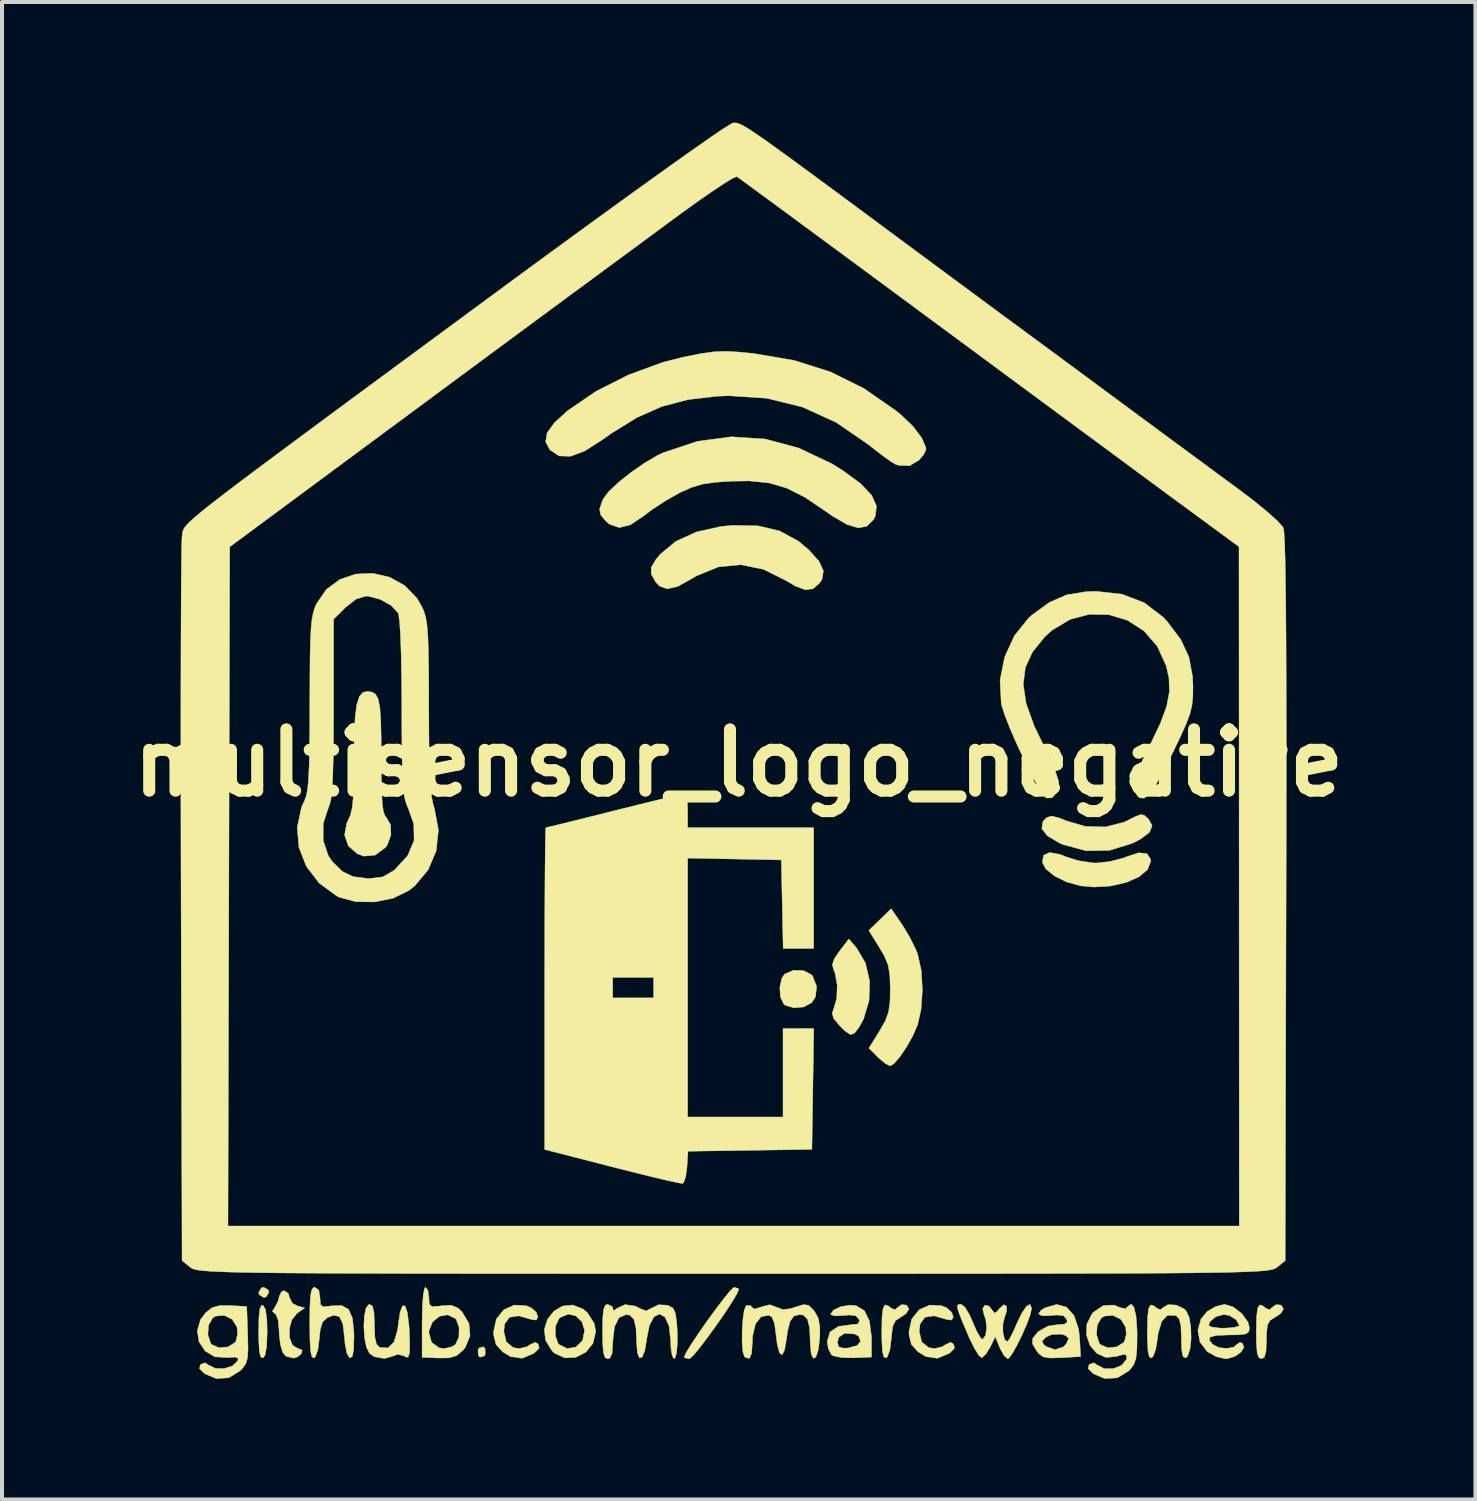
<source format=kicad_pcb>
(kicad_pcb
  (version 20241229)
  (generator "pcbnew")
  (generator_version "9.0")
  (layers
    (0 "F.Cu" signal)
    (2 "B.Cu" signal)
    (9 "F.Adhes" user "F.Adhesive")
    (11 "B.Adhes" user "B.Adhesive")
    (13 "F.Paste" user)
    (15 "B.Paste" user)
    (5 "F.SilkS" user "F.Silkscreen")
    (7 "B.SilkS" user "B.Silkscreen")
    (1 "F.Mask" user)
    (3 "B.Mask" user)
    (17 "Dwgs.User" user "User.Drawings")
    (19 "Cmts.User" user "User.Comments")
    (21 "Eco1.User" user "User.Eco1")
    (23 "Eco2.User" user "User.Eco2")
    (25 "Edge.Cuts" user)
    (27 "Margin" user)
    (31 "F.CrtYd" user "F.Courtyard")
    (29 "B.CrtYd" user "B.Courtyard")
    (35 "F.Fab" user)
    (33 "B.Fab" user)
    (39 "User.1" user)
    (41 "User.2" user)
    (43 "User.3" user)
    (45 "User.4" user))
  (footprint "multisensor_logo_negative"
    (layer "F.Cu")
    (at 15.32 15.922)
    (property "Reference" "multisensor_logo_negative" (at 0 0 0) (layer "F.SilkS") (effects (font (size 1.524 1.524) (thickness 0.3))))
    (attr through_hole)
    (fp_poly (pts (xy -11.699 13.106) (xy -11.684 13.166) (xy -11.752 13.278) (xy -11.811 13.293) (xy -11.923 13.225) (xy -11.938 13.166) (xy -11.87 13.053) (xy -11.811 13.039) (xy -11.699 13.106)) (stroke (width 0.01) (type solid)) (fill yes) (layer "F.SilkS"))
    (fp_poly (pts (xy -6.308 14.563) (xy -6.302 14.703) (xy -6.331 14.747) (xy -6.435 14.777) (xy -6.477 14.732) (xy -6.483 14.592) (xy -6.454 14.548) (xy -6.35 14.518) (xy -6.308 14.563)) (stroke (width 0.01) (type solid)) (fill yes) (layer "F.SilkS"))
    (fp_poly (pts (xy -11.769 13.585) (xy -11.734 13.841) (xy -11.726 14.139) (xy -11.74 14.517) (xy -11.782 14.734) (xy -11.832 14.796) (xy -11.887 14.768) (xy -11.921 14.625) (xy -11.936 14.345) (xy -11.938 14.139) (xy -11.931 13.781) (xy -11.907 13.57) (xy -11.864 13.485) (xy -11.832 13.483) (xy -11.769 13.585)) (stroke (width 0.01) (type solid)) (fill yes) (layer "F.SilkS"))
    (fp_poly (pts (xy 1.609 5.163) (xy 1.808 5.266) (xy 1.835 5.297) (xy 1.937 5.554) (xy 1.909 5.816) (xy 1.814 5.963) (xy 1.616 6.068) (xy 1.368 6.09) (xy 1.156 6.025) (xy 1.118 5.994) (xy 1.035 5.816) (xy 1.022 5.571) (xy 1.075 5.345) (xy 1.143 5.249) (xy 1.36 5.156) (xy 1.609 5.163)) (stroke (width 0.01) (type solid)) (fill yes) (layer "F.SilkS"))
    (fp_poly (pts (xy 2.932 4.603) (xy 3.152 4.979) (xy 3.256 5.432) (xy 3.24 5.91) (xy 3.105 6.366) (xy 2.997 6.563) (xy 2.88 6.719) (xy 2.779 6.755) (xy 2.647 6.669) (xy 2.506 6.528) (xy 2.358 6.35) (xy 2.324 6.218) (xy 2.363 6.11) (xy 2.437 5.851) (xy 2.449 5.529) (xy 2.399 5.236) (xy 2.365 5.154) (xy 2.327 5.017) (xy 2.38 4.863) (xy 2.506 4.68) (xy 2.738 4.377) (xy 2.932 4.603)) (stroke (width 0.01) (type solid)) (fill yes) (layer "F.SilkS"))
    (fp_poly (pts (xy -0.01 13.069) (xy 0 13.089) (xy -0.047 13.203) (xy -0.171 13.412) (xy -0.349 13.684) (xy -0.558 13.985) (xy -0.773 14.282) (xy -0.971 14.541) (xy -1.128 14.73) (xy -1.221 14.815) (xy -1.229 14.817) (xy -1.341 14.793) (xy -1.355 14.774) (xy -1.308 14.666) (xy -1.184 14.461) (xy -1.005 14.192) (xy -0.796 13.892) (xy -0.58 13.595) (xy -0.38 13.332) (xy -0.221 13.137) (xy -0.125 13.043) (xy -0.114 13.039) (xy -0.01 13.069)) (stroke (width 0.01) (type solid)) (fill yes) (layer "F.SilkS"))
    (fp_poly (pts (xy 4.174 13.481) (xy 4.233 13.575) (xy 4.164 13.691) (xy 4.026 13.783) (xy 3.899 13.867) (xy 3.831 14.005) (xy 3.798 14.248) (xy 3.793 14.319) (xy 3.759 14.592) (xy 3.698 14.763) (xy 3.662 14.796) (xy 3.606 14.768) (xy 3.573 14.624) (xy 3.558 14.343) (xy 3.556 14.146) (xy 3.563 13.778) (xy 3.59 13.56) (xy 3.643 13.476) (xy 3.73 13.506) (xy 3.784 13.554) (xy 3.886 13.6) (xy 3.932 13.554) (xy 4.047 13.471) (xy 4.174 13.481)) (stroke (width 0.01) (type solid)) (fill yes) (layer "F.SilkS"))
    (fp_poly (pts (xy 13.488 13.481) (xy 13.547 13.575) (xy 13.477 13.691) (xy 13.335 13.785) (xy 13.212 13.861) (xy 13.148 13.975) (xy 13.126 14.18) (xy 13.123 14.349) (xy 13.112 14.631) (xy 13.072 14.776) (xy 12.996 14.817) (xy 12.931 14.785) (xy 12.892 14.669) (xy 12.873 14.439) (xy 12.869 14.139) (xy 12.877 13.773) (xy 12.904 13.557) (xy 12.958 13.475) (xy 13.046 13.508) (xy 13.097 13.554) (xy 13.199 13.6) (xy 13.246 13.554) (xy 13.36 13.471) (xy 13.488 13.481)) (stroke (width 0.01) (type solid)) (fill yes) (layer "F.SilkS"))
    (fp_poly (pts (xy 7.986 2.273) (xy 8.14 2.334) (xy 8.447 2.431) (xy 8.795 2.484) (xy 8.89 2.488) (xy 9.224 2.453) (xy 9.557 2.367) (xy 9.64 2.334) (xy 9.946 2.234) (xy 10.149 2.254) (xy 10.24 2.392) (xy 10.245 2.447) (xy 10.166 2.653) (xy 9.952 2.832) (xy 9.636 2.972) (xy 9.251 3.06) (xy 8.83 3.086) (xy 8.505 3.056) (xy 8.153 2.96) (xy 7.849 2.81) (xy 7.633 2.631) (xy 7.551 2.472) (xy 7.581 2.295) (xy 7.73 2.228) (xy 7.986 2.273)) (stroke (width 0.01) (type solid)) (fill yes) (layer "F.SilkS"))
    (fp_poly (pts (xy 10.093 1.307) (xy 10.186 1.393) (xy 10.193 1.399) (xy 10.281 1.562) (xy 10.214 1.725) (xy 9.987 1.896) (xy 9.787 1.999) (xy 9.218 2.175) (xy 8.636 2.184) (xy 8.059 2.028) (xy 7.98 1.993) (xy 7.674 1.812) (xy 7.536 1.633) (xy 7.565 1.457) (xy 7.651 1.364) (xy 7.77 1.321) (xy 7.957 1.362) (xy 8.138 1.437) (xy 8.621 1.578) (xy 9.121 1.591) (xy 9.581 1.473) (xy 9.652 1.439) (xy 9.879 1.326) (xy 10.008 1.283) (xy 10.093 1.307)) (stroke (width 0.01) (type solid)) (fill yes) (layer "F.SilkS"))
    (fp_poly (pts (xy -5.285 13.497) (xy -5.159 13.55) (xy -5.035 13.66) (xy -4.993 13.779) (xy -5.037 13.854) (xy -5.144 13.842) (xy -5.476 13.748) (xy -5.7 13.784) (xy -5.82 13.95) (xy -5.842 14.133) (xy -5.781 14.395) (xy -5.608 14.539) (xy -5.461 14.563) (xy -5.267 14.517) (xy -5.182 14.461) (xy -5.059 14.406) (xy -4.988 14.451) (xy -4.962 14.552) (xy -5.086 14.676) (xy -5.092 14.68) (xy -5.385 14.804) (xy -5.677 14.761) (xy -5.873 14.641) (xy -6.036 14.461) (xy -6.094 14.225) (xy -6.096 14.139) (xy -6.026 13.826) (xy -5.842 13.598) (xy -5.582 13.481) (xy -5.285 13.497)) (stroke (width 0.01) (type solid)) (fill yes) (layer "F.SilkS"))
    (fp_poly (pts (xy 0.48 -5.896) (xy 1.017 -5.769) (xy 1.482 -5.517) (xy 1.744 -5.297) (xy 1.999 -5.011) (xy 2.105 -4.775) (xy 2.071 -4.565) (xy 2.011 -4.473) (xy 1.849 -4.332) (xy 1.661 -4.305) (xy 1.412 -4.396) (xy 1.183 -4.531) (xy 0.614 -4.815) (xy 0.051 -4.929) (xy -0.505 -4.875) (xy -1.054 -4.651) (xy -1.185 -4.572) (xy -1.525 -4.386) (xy -1.78 -4.329) (xy -1.972 -4.399) (xy -2.07 -4.506) (xy -2.176 -4.697) (xy -2.177 -4.861) (xy -2.065 -5.052) (xy -1.948 -5.193) (xy -1.561 -5.512) (xy -1.048 -5.745) (xy -0.433 -5.882) (xy -0.159 -5.908) (xy 0.48 -5.896)) (stroke (width 0.01) (type solid)) (fill yes) (layer "F.SilkS"))
    (fp_poly (pts (xy 4.058 4.013) (xy 4.239 4.31) (xy 4.396 4.621) (xy 4.448 4.751) (xy 4.539 5.16) (xy 4.567 5.646) (xy 4.534 6.13) (xy 4.447 6.513) (xy 4.331 6.781) (xy 4.175 7.059) (xy 4.009 7.305) (xy 3.86 7.477) (xy 3.766 7.534) (xy 3.654 7.48) (xy 3.489 7.345) (xy 3.458 7.314) (xy 3.236 7.093) (xy 3.502 6.665) (xy 3.647 6.409) (xy 3.728 6.185) (xy 3.762 5.921) (xy 3.768 5.63) (xy 3.758 5.282) (xy 3.717 5.032) (xy 3.625 4.807) (xy 3.501 4.594) (xy 3.235 4.165) (xy 3.513 3.895) (xy 3.791 3.625) (xy 4.058 4.013)) (stroke (width 0.01) (type solid)) (fill yes) (layer "F.SilkS"))
    (fp_poly (pts (xy 5.044 13.497) (xy 5.17 13.55) (xy 5.295 13.66) (xy 5.336 13.779) (xy 5.292 13.854) (xy 5.186 13.842) (xy 4.854 13.748) (xy 4.629 13.784) (xy 4.51 13.95) (xy 4.487 14.133) (xy 4.548 14.395) (xy 4.722 14.539) (xy 4.868 14.563) (xy 5.063 14.517) (xy 5.148 14.461) (xy 5.27 14.406) (xy 5.341 14.451) (xy 5.367 14.552) (xy 5.244 14.676) (xy 5.238 14.68) (xy 4.944 14.804) (xy 4.652 14.761) (xy 4.456 14.641) (xy 4.294 14.461) (xy 4.236 14.225) (xy 4.233 14.139) (xy 4.303 13.826) (xy 4.487 13.598) (xy 4.747 13.481) (xy 5.044 13.497)) (stroke (width 0.01) (type solid)) (fill yes) (layer "F.SilkS"))
    (fp_poly (pts (xy -11.198 13.193) (xy -11.176 13.283) (xy -11.102 13.433) (xy -10.986 13.498) (xy -10.795 13.553) (xy -10.986 13.687) (xy -11.115 13.85) (xy -11.174 14.073) (xy -11.167 14.301) (xy -11.095 14.482) (xy -10.961 14.562) (xy -10.948 14.563) (xy -10.855 14.603) (xy -10.874 14.69) (xy -10.98 14.774) (xy -11.071 14.801) (xy -11.26 14.752) (xy -11.34 14.658) (xy -11.396 14.469) (xy -11.428 14.202) (xy -11.43 14.11) (xy -11.453 13.853) (xy -11.513 13.706) (xy -11.536 13.691) (xy -11.599 13.635) (xy -11.536 13.54) (xy -11.443 13.361) (xy -11.43 13.276) (xy -11.372 13.148) (xy -11.303 13.123) (xy -11.198 13.193)) (stroke (width 0.01) (type solid)) (fill yes) (layer "F.SilkS"))
    (fp_poly (pts (xy -3.87 13.581) (xy -3.764 13.67) (xy -3.591 13.943) (xy -3.556 14.139) (xy -3.625 14.434) (xy -3.803 14.653) (xy -4.05 14.78) (xy -4.322 14.795) (xy -4.578 14.68) (xy -4.642 14.621) (xy -4.804 14.357) (xy -4.817 14.24) (xy -4.562 14.24) (xy -4.49 14.439) (xy -4.47 14.461) (xy -4.268 14.562) (xy -4.052 14.527) (xy -3.889 14.37) (xy -3.879 14.351) (xy -3.833 14.106) (xy -3.901 13.896) (xy -4.047 13.752) (xy -4.237 13.705) (xy -4.436 13.787) (xy -4.47 13.818) (xy -4.555 14.001) (xy -4.562 14.24) (xy -4.817 14.24) (xy -4.834 14.086) (xy -4.756 13.836) (xy -4.596 13.633) (xy -4.379 13.505) (xy -4.128 13.479) (xy -3.87 13.581)) (stroke (width 0.01) (type solid)) (fill yes) (layer "F.SilkS"))
    (fp_poly (pts (xy -9.113 13.501) (xy -9.073 13.639) (xy -9.06 13.907) (xy -9.059 13.973) (xy -9.048 14.279) (xy -9.008 14.453) (xy -8.929 14.533) (xy -8.921 14.536) (xy -8.717 14.546) (xy -8.57 14.397) (xy -8.482 14.092) (xy -8.467 13.968) (xy -8.419 13.651) (xy -8.359 13.498) (xy -8.296 13.505) (xy -8.24 13.669) (xy -8.201 13.985) (xy -8.195 14.071) (xy -8.181 14.443) (xy -8.188 14.67) (xy -8.219 14.773) (xy -8.28 14.775) (xy -8.329 14.741) (xy -8.487 14.706) (xy -8.554 14.736) (xy -8.806 14.811) (xy -9.063 14.764) (xy -9.18 14.684) (xy -9.257 14.532) (xy -9.305 14.294) (xy -9.322 14.018) (xy -9.31 13.755) (xy -9.268 13.553) (xy -9.196 13.463) (xy -9.186 13.462) (xy -9.113 13.501)) (stroke (width 0.01) (type solid)) (fill yes) (layer "F.SilkS"))
    (fp_poly (pts (xy 10.877 13.481) (xy 11.075 13.575) (xy 11.125 13.622) (xy 11.201 13.786) (xy 11.242 14.036) (xy 11.249 14.316) (xy 11.222 14.573) (xy 11.163 14.75) (xy 11.113 14.796) (xy 11.05 14.764) (xy 11.016 14.604) (xy 11.007 14.313) (xy 10.996 14.005) (xy 10.956 13.829) (xy 10.88 13.747) (xy 10.868 13.742) (xy 10.665 13.733) (xy 10.518 13.882) (xy 10.429 14.187) (xy 10.414 14.311) (xy 10.371 14.573) (xy 10.308 14.751) (xy 10.266 14.796) (xy 10.21 14.768) (xy 10.177 14.624) (xy 10.162 14.343) (xy 10.16 14.146) (xy 10.167 13.778) (xy 10.194 13.56) (xy 10.247 13.476) (xy 10.334 13.506) (xy 10.388 13.554) (xy 10.49 13.6) (xy 10.536 13.554) (xy 10.674 13.471) (xy 10.877 13.481)) (stroke (width 0.01) (type solid)) (fill yes) (layer "F.SilkS"))
    (fp_poly (pts (xy -9.123 -1.764) (xy -9.031 -1.709) (xy -8.967 -1.59) (xy -8.925 -1.385) (xy -8.902 -1.072) (xy -8.892 -0.63) (xy -8.89 -0.163) (xy -8.887 0.378) (xy -8.878 0.773) (xy -8.861 1.046) (xy -8.833 1.222) (xy -8.792 1.322) (xy -8.763 1.355) (xy -8.657 1.54) (xy -8.649 1.791) (xy -8.737 2.036) (xy -8.784 2.1) (xy -9.038 2.291) (xy -9.319 2.318) (xy -9.481 2.261) (xy -9.708 2.064) (xy -9.801 1.793) (xy -9.748 1.495) (xy -9.713 1.426) (xy -9.654 1.294) (xy -9.613 1.119) (xy -9.587 0.872) (xy -9.572 0.522) (xy -9.567 0.039) (xy -9.567 -0.086) (xy -9.561 -0.685) (xy -9.539 -1.132) (xy -9.499 -1.447) (xy -9.436 -1.648) (xy -9.349 -1.752) (xy -9.248 -1.778) (xy -9.123 -1.764)) (stroke (width 0.01) (type solid)) (fill yes) (layer "F.SilkS"))
    (fp_poly (pts (xy -10.441 13.113) (xy -10.414 13.297) (xy -10.402 13.468) (xy -10.33 13.525) (xy -10.148 13.504) (xy -10.131 13.501) (xy -9.874 13.491) (xy -9.703 13.587) (xy -9.606 13.807) (xy -9.569 14.169) (xy -9.567 14.279) (xy -9.577 14.593) (xy -9.609 14.758) (xy -9.668 14.797) (xy -9.673 14.796) (xy -9.741 14.692) (xy -9.789 14.455) (xy -9.805 14.276) (xy -9.844 13.947) (xy -9.928 13.77) (xy -10.069 13.732) (xy -10.234 13.795) (xy -10.346 13.899) (xy -10.407 14.09) (xy -10.431 14.324) (xy -10.466 14.594) (xy -10.526 14.763) (xy -10.562 14.796) (xy -10.612 14.77) (xy -10.644 14.638) (xy -10.662 14.381) (xy -10.668 13.977) (xy -10.668 13.935) (xy -10.664 13.527) (xy -10.65 13.261) (xy -10.622 13.11) (xy -10.576 13.046) (xy -10.541 13.039) (xy -10.441 13.113)) (stroke (width 0.01) (type solid)) (fill yes) (layer "F.SilkS"))
    (fp_poly (pts (xy -7.73 13.112) (xy -7.705 13.29) (xy -7.705 13.294) (xy -7.694 13.458) (xy -7.628 13.519) (xy -7.459 13.509) (xy -7.387 13.498) (xy -7.147 13.484) (xy -6.979 13.556) (xy -6.882 13.648) (xy -6.708 13.938) (xy -6.682 14.25) (xy -6.804 14.541) (xy -6.854 14.601) (xy -7.014 14.737) (xy -7.2 14.794) (xy -7.465 14.798) (xy -7.874 14.78) (xy -7.874 14.171) (xy -7.705 14.171) (xy -7.636 14.412) (xy -7.449 14.546) (xy -7.324 14.563) (xy -7.129 14.517) (xy -7.044 14.461) (xy -6.959 14.278) (xy -6.953 14.039) (xy -7.025 13.84) (xy -7.044 13.818) (xy -7.236 13.724) (xy -7.442 13.76) (xy -7.614 13.9) (xy -7.702 14.118) (xy -7.705 14.171) (xy -7.874 14.171) (xy -7.874 13.909) (xy -7.866 13.508) (xy -7.844 13.217) (xy -7.81 13.06) (xy -7.789 13.039) (xy -7.73 13.112)) (stroke (width 0.01) (type solid)) (fill yes) (layer "F.SilkS"))
    (fp_poly (pts (xy 2.918 13.496) (xy 3.123 13.619) (xy 3.249 13.871) (xy 3.3 14.265) (xy 3.302 14.378) (xy 3.302 14.774) (xy 2.852 14.794) (xy 2.564 14.787) (xy 2.357 14.745) (xy 2.301 14.713) (xy 2.226 14.558) (xy 2.205 14.408) (xy 2.455 14.408) (xy 2.486 14.521) (xy 2.609 14.554) (xy 2.73 14.547) (xy 2.948 14.485) (xy 3.03 14.383) (xy 2.981 14.252) (xy 2.875 14.198) (xy 2.629 14.184) (xy 2.484 14.285) (xy 2.455 14.408) (xy 2.205 14.408) (xy 2.201 14.379) (xy 2.272 14.148) (xy 2.481 14.01) (xy 2.786 13.97) (xy 2.962 13.951) (xy 3.003 13.879) (xy 2.99 13.834) (xy 2.909 13.745) (xy 2.734 13.728) (xy 2.612 13.741) (xy 2.406 13.751) (xy 2.293 13.722) (xy 2.286 13.706) (xy 2.36 13.603) (xy 2.539 13.521) (xy 2.76 13.483) (xy 2.918 13.496)) (stroke (width 0.01) (type solid)) (fill yes) (layer "F.SilkS"))
    (fp_poly (pts (xy 8.153 13.534) (xy 8.34 13.745) (xy 8.453 14.084) (xy 8.477 14.303) (xy 8.501 14.762) (xy 8.023 14.79) (xy 7.739 14.798) (xy 7.569 14.768) (xy 7.459 14.688) (xy 7.414 14.629) (xy 7.303 14.443) (xy 7.307 14.375) (xy 7.541 14.375) (xy 7.576 14.454) (xy 7.649 14.515) (xy 7.863 14.589) (xy 8.071 14.522) (xy 8.148 14.442) (xy 8.205 14.31) (xy 8.127 14.235) (xy 8.001 14.203) (xy 7.78 14.215) (xy 7.641 14.278) (xy 7.541 14.375) (xy 7.307 14.375) (xy 7.31 14.309) (xy 7.438 14.152) (xy 7.451 14.139) (xy 7.693 14.002) (xy 7.914 13.97) (xy 8.108 13.955) (xy 8.169 13.896) (xy 8.155 13.834) (xy 8.074 13.745) (xy 7.899 13.728) (xy 7.777 13.741) (xy 7.546 13.749) (xy 7.456 13.701) (xy 7.517 13.61) (xy 7.614 13.55) (xy 7.906 13.465) (xy 8.153 13.534)) (stroke (width 0.01) (type solid)) (fill yes) (layer "F.SilkS"))
    (fp_poly (pts (xy 0.659 -8.055) (xy 1.493 -7.831) (xy 2.318 -7.439) (xy 2.589 -7.271) (xy 3.028 -6.948) (xy 3.306 -6.656) (xy 3.427 -6.386) (xy 3.394 -6.133) (xy 3.347 -6.046) (xy 3.183 -5.885) (xy 2.97 -5.845) (xy 2.69 -5.93) (xy 2.328 -6.141) (xy 2.149 -6.267) (xy 1.644 -6.607) (xy 1.197 -6.833) (xy 0.755 -6.963) (xy 0.268 -7.013) (xy -0.169 -7.007) (xy -0.588 -6.979) (xy -0.897 -6.934) (xy -1.159 -6.857) (xy -1.433 -6.736) (xy -1.486 -6.709) (xy -1.824 -6.518) (xy -2.162 -6.297) (xy -2.362 -6.145) (xy -2.692 -5.922) (xy -2.97 -5.852) (xy -3.211 -5.935) (xy -3.302 -6.011) (xy -3.434 -6.169) (xy -3.46 -6.315) (xy -3.389 -6.523) (xy -3.371 -6.562) (xy -3.237 -6.743) (xy -2.995 -6.973) (xy -2.684 -7.221) (xy -2.345 -7.456) (xy -2.02 -7.648) (xy -1.88 -7.714) (xy -1.03 -7.997) (xy -0.183 -8.111) (xy 0.659 -8.055)) (stroke (width 0.01) (type solid)) (fill yes) (layer "F.SilkS"))
    (fp_poly (pts (xy 0.016 -10.217) (xy 0.382 -10.18) (xy 1.383 -10.009) (xy 2.282 -9.724) (xy 3.113 -9.312) (xy 3.91 -8.758) (xy 4.041 -8.651) (xy 4.332 -8.372) (xy 4.544 -8.093) (xy 4.65 -7.854) (xy 4.657 -7.794) (xy 4.602 -7.673) (xy 4.487 -7.535) (xy 4.249 -7.39) (xy 3.969 -7.403) (xy 3.895 -7.429) (xy 3.773 -7.503) (xy 3.56 -7.656) (xy 3.296 -7.86) (xy 3.208 -7.93) (xy 2.416 -8.472) (xy 1.582 -8.851) (xy 0.696 -9.069) (xy -0.25 -9.131) (xy -0.545 -9.119) (xy -1.266 -9.034) (xy -1.911 -8.864) (xy -2.53 -8.59) (xy -3.169 -8.195) (xy -3.397 -8.033) (xy -3.829 -7.757) (xy -4.184 -7.625) (xy -4.47 -7.635) (xy -4.696 -7.786) (xy -4.801 -7.985) (xy -4.766 -8.206) (xy -4.583 -8.461) (xy -4.255 -8.759) (xy -3.55 -9.241) (xy -2.739 -9.651) (xy -1.88 -9.965) (xy -1.368 -10.094) (xy -0.945 -10.178) (xy -0.619 -10.224) (xy -0.321 -10.236) (xy 0.016 -10.217)) (stroke (width 0.01) (type solid)) (fill yes) (layer "F.SilkS"))
    (fp_poly (pts (xy 12.299 13.53) (xy 12.512 13.696) (xy 12.663 13.906) (xy 12.7 14.051) (xy 12.682 14.147) (xy 12.604 14.2) (xy 12.425 14.221) (xy 12.192 14.224) (xy 11.881 14.235) (xy 11.722 14.275) (xy 11.701 14.352) (xy 11.786 14.461) (xy 11.939 14.538) (xy 12.14 14.559) (xy 12.313 14.526) (xy 12.38 14.463) (xy 12.465 14.409) (xy 12.52 14.429) (xy 12.565 14.526) (xy 12.492 14.648) (xy 12.341 14.756) (xy 12.151 14.814) (xy 12.106 14.817) (xy 11.876 14.764) (xy 11.653 14.641) (xy 11.47 14.401) (xy 11.417 14.11) (xy 11.451 13.987) (xy 11.684 13.987) (xy 11.76 14.027) (xy 11.951 14.052) (xy 12.065 14.055) (xy 12.292 14.041) (xy 12.429 14.007) (xy 12.446 13.987) (xy 12.373 13.846) (xy 12.202 13.741) (xy 12.065 13.716) (xy 11.867 13.768) (xy 11.72 13.889) (xy 11.684 13.987) (xy 11.451 13.987) (xy 11.495 13.825) (xy 11.653 13.637) (xy 11.871 13.513) (xy 12.08 13.462) (xy 12.299 13.53)) (stroke (width 0.01) (type solid)) (fill yes) (layer "F.SilkS"))
    (fp_poly (pts (xy -12.644 13.493) (xy -12.234 13.516) (xy -12.21 14.209) (xy -12.202 14.558) (xy -12.213 14.784) (xy -12.255 14.933) (xy -12.335 15.049) (xy -12.396 15.113) (xy -12.679 15.289) (xy -12.995 15.309) (xy -13.281 15.188) (xy -13.409 15.063) (xy -13.387 14.962) (xy -13.384 14.959) (xy -13.267 14.916) (xy -13.191 14.969) (xy -13.016 15.055) (xy -12.796 15.06) (xy -12.591 14.995) (xy -12.463 14.875) (xy -12.446 14.805) (xy -12.519 14.775) (xy -12.696 14.784) (xy -12.721 14.787) (xy -13.029 14.767) (xy -13.268 14.625) (xy -13.419 14.397) (xy -13.449 14.216) (xy -13.201 14.216) (xy -13.134 14.426) (xy -13.103 14.465) (xy -12.922 14.542) (xy -12.7 14.521) (xy -12.524 14.411) (xy -12.506 14.385) (xy -12.461 14.205) (xy -12.477 14.027) (xy -12.596 13.836) (xy -12.795 13.737) (xy -13.008 13.756) (xy -13.082 13.802) (xy -13.183 13.978) (xy -13.201 14.216) (xy -13.449 14.216) (xy -13.464 14.123) (xy -13.384 13.842) (xy -13.258 13.673) (xy -13.093 13.544) (xy -12.901 13.492) (xy -12.644 13.493)) (stroke (width 0.01) (type solid)) (fill yes) (layer "F.SilkS"))
    (fp_poly (pts (xy -3.147 13.517) (xy -3.133 13.564) (xy -3.108 13.623) (xy -3.031 13.564) (xy -2.827 13.469) (xy -2.57 13.508) (xy -2.456 13.566) (xy -2.302 13.627) (xy -2.187 13.566) (xy -1.992 13.473) (xy -1.762 13.486) (xy -1.626 13.564) (xy -1.575 13.689) (xy -1.542 13.913) (xy -1.526 14.187) (xy -1.528 14.461) (xy -1.549 14.684) (xy -1.59 14.807) (xy -1.609 14.817) (xy -1.655 14.74) (xy -1.686 14.543) (xy -1.693 14.361) (xy -1.733 14.001) (xy -1.833 13.781) (xy -1.967 13.703) (xy -2.106 13.771) (xy -2.222 13.986) (xy -2.286 14.311) (xy -2.335 14.611) (xy -2.402 14.775) (xy -2.47 14.795) (xy -2.521 14.666) (xy -2.54 14.407) (xy -2.555 14.05) (xy -2.608 13.833) (xy -2.707 13.732) (xy -2.8 13.716) (xy -2.977 13.794) (xy -3.089 14.02) (xy -3.132 14.387) (xy -3.133 14.43) (xy -3.149 14.683) (xy -3.204 14.8) (xy -3.26 14.817) (xy -3.325 14.785) (xy -3.364 14.669) (xy -3.383 14.439) (xy -3.387 14.139) (xy -3.381 13.792) (xy -3.359 13.583) (xy -3.316 13.484) (xy -3.26 13.462) (xy -3.147 13.517)) (stroke (width 0.01) (type solid)) (fill yes) (layer "F.SilkS"))
    (fp_poly (pts (xy 1.741 13.489) (xy 1.861 13.608) (xy 1.875 13.625) (xy 1.978 13.803) (xy 2.018 14.037) (xy 2.015 14.295) (xy 1.978 14.598) (xy 1.919 14.771) (xy 1.855 14.807) (xy 1.802 14.697) (xy 1.778 14.434) (xy 1.778 14.407) (xy 1.763 14.049) (xy 1.71 13.833) (xy 1.611 13.732) (xy 1.52 13.716) (xy 1.372 13.754) (xy 1.275 13.886) (xy 1.211 14.144) (xy 1.187 14.332) (xy 1.138 14.608) (xy 1.077 14.719) (xy 1.013 14.669) (xy 0.958 14.462) (xy 0.931 14.248) (xy 0.891 13.946) (xy 0.829 13.784) (xy 0.751 13.734) (xy 0.556 13.771) (xy 0.416 13.951) (xy 0.345 14.253) (xy 0.339 14.399) (xy 0.32 14.684) (xy 0.263 14.809) (xy 0.163 14.781) (xy 0.141 14.76) (xy 0.102 14.638) (xy 0.084 14.407) (xy 0.085 14.122) (xy 0.103 13.839) (xy 0.136 13.612) (xy 0.183 13.496) (xy 0.186 13.494) (xy 0.293 13.491) (xy 0.318 13.527) (xy 0.388 13.58) (xy 0.554 13.53) (xy 0.562 13.526) (xy 0.772 13.472) (xy 0.942 13.534) (xy 1.1 13.594) (xy 1.294 13.569) (xy 1.41 13.53) (xy 1.616 13.469) (xy 1.741 13.489)) (stroke (width 0.01) (type solid)) (fill yes) (layer "F.SilkS"))
    (fp_poly (pts (xy 9.827 13.533) (xy 9.879 13.752) (xy 9.904 14.098) (xy 9.906 14.233) (xy 9.901 14.582) (xy 9.877 14.809) (xy 9.824 14.96) (xy 9.731 15.084) (xy 9.698 15.117) (xy 9.418 15.29) (xy 9.102 15.309) (xy 8.817 15.188) (xy 8.689 15.063) (xy 8.711 14.962) (xy 8.714 14.959) (xy 8.831 14.916) (xy 8.907 14.969) (xy 9.093 15.063) (xy 9.317 15.061) (xy 9.519 14.98) (xy 9.64 14.835) (xy 9.652 14.765) (xy 9.614 14.706) (xy 9.475 14.73) (xy 9.4 14.757) (xy 9.133 14.785) (xy 8.905 14.682) (xy 8.736 14.485) (xy 8.647 14.23) (xy 8.647 14.216) (xy 8.897 14.216) (xy 8.964 14.426) (xy 8.995 14.465) (xy 9.176 14.542) (xy 9.398 14.521) (xy 9.574 14.411) (xy 9.592 14.385) (xy 9.637 14.205) (xy 9.621 14.027) (xy 9.502 13.836) (xy 9.303 13.737) (xy 9.09 13.756) (xy 9.016 13.802) (xy 8.915 13.978) (xy 8.897 14.216) (xy 8.647 14.216) (xy 8.656 13.955) (xy 8.785 13.698) (xy 8.814 13.664) (xy 9.065 13.494) (xy 9.334 13.48) (xy 9.48 13.543) (xy 9.618 13.571) (xy 9.661 13.531) (xy 9.753 13.455) (xy 9.827 13.533)) (stroke (width 0.01) (type solid)) (fill yes) (layer "F.SilkS"))
    (fp_poly (pts (xy -1.297 0.838) (xy -1.274 1.033) (xy -1.27 1.185) (xy -1.27 1.609) (xy 1.863 1.609) (xy 1.863 4.614) (xy 1.105 4.614) (xy 1.082 3.514) (xy 1.058 2.413) (xy -1.27 2.366) (xy -1.27 8.805) (xy 1.101 8.805) (xy 1.101 6.604) (xy 1.867 6.604) (xy 1.843 8.107) (xy 1.82 9.61) (xy 0.28 9.633) (xy -1.261 9.656) (xy -1.287 10.049) (xy -1.318 10.285) (xy -1.369 10.433) (xy -1.397 10.458) (xy -1.501 10.442) (xy -1.744 10.39) (xy -2.098 10.306) (xy -2.538 10.198) (xy -3.038 10.072) (xy -3.154 10.042) (xy -4.826 9.612) (xy -4.826 5.61) (xy -4.826 5.334) (xy -3.133 5.334) (xy -3.133 5.842) (xy -2.117 5.842) (xy -2.117 5.334) (xy -3.133 5.334) (xy -4.826 5.334) (xy -4.825 4.805) (xy -4.824 4.054) (xy -4.821 3.374) (xy -4.818 2.781) (xy -4.813 2.291) (xy -4.809 1.922) (xy -4.803 1.689) (xy -4.798 1.609) (xy -4.711 1.589) (xy -4.484 1.534) (xy -4.143 1.45) (xy -3.713 1.343) (xy -3.217 1.219) (xy -3.083 1.185) (xy -2.572 1.058) (xy -2.117 0.946) (xy -1.744 0.855) (xy -1.477 0.792) (xy -1.343 0.763) (xy -1.333 0.762) (xy -1.297 0.838)) (stroke (width 0.01) (type solid)) (fill yes) (layer "F.SilkS"))
    (fp_poly (pts (xy 5.625 13.535) (xy 5.739 13.723) (xy 5.819 13.906) (xy 5.923 14.145) (xy 6.016 14.299) (xy 6.063 14.332) (xy 6.137 14.239) (xy 6.165 14.051) (xy 6.143 13.839) (xy 6.101 13.725) (xy 6.066 13.568) (xy 6.123 13.483) (xy 6.225 13.508) (xy 6.284 13.583) (xy 6.356 13.68) (xy 6.427 13.64) (xy 6.478 13.574) (xy 6.593 13.472) (xy 6.661 13.507) (xy 6.658 13.648) (xy 6.617 13.763) (xy 6.57 13.954) (xy 6.57 14.166) (xy 6.61 14.333) (xy 6.677 14.393) (xy 6.735 14.322) (xy 6.83 14.136) (xy 6.91 13.952) (xy 7.037 13.686) (xy 7.152 13.517) (xy 7.24 13.464) (xy 7.28 13.545) (xy 7.281 13.574) (xy 7.247 13.727) (xy 7.16 13.962) (xy 7.041 14.234) (xy 6.911 14.496) (xy 6.793 14.703) (xy 6.708 14.811) (xy 6.692 14.817) (xy 6.605 14.746) (xy 6.506 14.573) (xy 6.492 14.541) (xy 6.38 14.266) (xy 6.259 14.514) (xy 6.149 14.695) (xy 6.048 14.791) (xy 6.045 14.792) (xy 5.972 14.734) (xy 5.859 14.552) (xy 5.727 14.283) (xy 5.686 14.186) (xy 5.544 13.848) (xy 5.462 13.635) (xy 5.433 13.52) (xy 5.451 13.472) (xy 5.509 13.462) (xy 5.534 13.462) (xy 5.625 13.535)) (stroke (width 0.01) (type solid)) (fill yes) (layer "F.SilkS"))
    (fp_poly (pts (xy 9.531 -4.196) (xy 10.082 -3.985) (xy 10.55 -3.628) (xy 10.654 -3.517) (xy 10.992 -3.069) (xy 11.196 -2.63) (xy 11.286 -2.144) (xy 11.296 -1.898) (xy 11.292 -1.644) (xy 11.27 -1.431) (xy 11.219 -1.22) (xy 11.126 -0.97) (xy 10.978 -0.643) (xy 10.795 -0.261) (xy 10.551 0.225) (xy 10.358 0.567) (xy 10.206 0.779) (xy 10.082 0.875) (xy 9.975 0.868) (xy 9.919 0.826) (xy 9.841 0.692) (xy 9.837 0.502) (xy 9.912 0.233) (xy 10.073 -0.139) (xy 10.235 -0.463) (xy 10.485 -0.985) (xy 10.641 -1.409) (xy 10.71 -1.772) (xy 10.698 -2.112) (xy 10.63 -2.416) (xy 10.406 -2.905) (xy 10.076 -3.284) (xy 9.667 -3.547) (xy 9.206 -3.686) (xy 8.722 -3.696) (xy 8.24 -3.57) (xy 7.79 -3.301) (xy 7.608 -3.135) (xy 7.305 -2.759) (xy 7.127 -2.373) (xy 7.075 -1.954) (xy 7.146 -1.48) (xy 7.343 -0.93) (xy 7.581 -0.436) (xy 7.747 -0.097) (xy 7.875 0.211) (xy 7.949 0.442) (xy 7.959 0.513) (xy 7.91 0.736) (xy 7.788 0.867) (xy 7.649 0.873) (xy 7.562 0.779) (xy 7.429 0.562) (xy 7.264 0.256) (xy 7.084 -0.107) (xy 6.905 -0.491) (xy 6.744 -0.863) (xy 6.616 -1.19) (xy 6.537 -1.437) (xy 6.527 -1.484) (xy 6.498 -2.06) (xy 6.613 -2.636) (xy 6.857 -3.166) (xy 7.213 -3.609) (xy 7.291 -3.678) (xy 7.726 -3.993) (xy 8.152 -4.179) (xy 8.634 -4.259) (xy 8.89 -4.267) (xy 9.531 -4.196)) (stroke (width 0.01) (type solid)) (fill yes) (layer "F.SilkS"))
    (fp_poly (pts (xy -8.686 -4.621) (xy -8.307 -4.413) (xy -7.999 -4.093) (xy -7.865 -3.859) (xy -7.816 -3.735) (xy -7.778 -3.591) (xy -7.75 -3.404) (xy -7.73 -3.151) (xy -7.718 -2.81) (xy -7.71 -2.358) (xy -7.707 -1.772) (xy -7.707 -1.391) (xy -7.704 -0.696) (xy -7.697 -0.149) (xy -7.684 0.275) (xy -7.665 0.597) (xy -7.637 0.84) (xy -7.6 1.026) (xy -7.567 1.135) (xy -7.468 1.666) (xy -7.523 2.185) (xy -7.723 2.659) (xy -8.058 3.058) (xy -8.203 3.172) (xy -8.593 3.363) (xy -9.053 3.457) (xy -9.52 3.451) (xy -9.932 3.34) (xy -9.999 3.307) (xy -10.436 2.985) (xy -10.751 2.574) (xy -10.936 2.103) (xy -10.951 1.928) (xy -10.334 1.928) (xy -10.205 2.31) (xy -10.103 2.457) (xy -9.859 2.696) (xy -9.596 2.825) (xy -9.247 2.871) (xy -9.172 2.873) (xy -8.847 2.832) (xy -8.573 2.672) (xy -8.555 2.657) (xy -8.231 2.304) (xy -8.073 1.927) (xy -8.081 1.518) (xy -8.213 1.143) (xy -8.263 1.026) (xy -8.302 0.893) (xy -8.331 0.723) (xy -8.352 0.493) (xy -8.365 0.18) (xy -8.373 -0.238) (xy -8.378 -0.783) (xy -8.379 -1.381) (xy -8.383 -2.078) (xy -8.394 -2.673) (xy -8.41 -3.151) (xy -8.432 -3.498) (xy -8.458 -3.696) (xy -8.469 -3.73) (xy -8.645 -3.918) (xy -8.917 -4.069) (xy -9.212 -4.146) (xy -9.275 -4.149) (xy -9.514 -4.074) (xy -9.783 -3.865) (xy -9.787 -3.861) (xy -10.075 -3.573) (xy -10.075 -1.359) (xy -10.077 -0.643) (xy -10.084 -0.078) (xy -10.096 0.354) (xy -10.114 0.671) (xy -10.14 0.892) (xy -10.173 1.035) (xy -10.194 1.084) (xy -10.332 1.503) (xy -10.334 1.928) (xy -10.951 1.928) (xy -10.98 1.604) (xy -10.873 1.105) (xy -10.793 0.927) (xy -10.752 0.817) (xy -10.721 0.65) (xy -10.698 0.405) (xy -10.682 0.063) (xy -10.672 -0.397) (xy -10.667 -0.993) (xy -10.666 -1.456) (xy -10.664 -2.127) (xy -10.66 -2.652) (xy -10.65 -3.053) (xy -10.635 -3.352) (xy -10.612 -3.574) (xy -10.58 -3.739) (xy -10.538 -3.872) (xy -10.507 -3.945) (xy -10.258 -4.312) (xy -9.92 -4.563) (xy -9.523 -4.697) (xy -9.102 -4.716) (xy -8.686 -4.621)) (stroke (width 0.01) (type solid)) (fill yes) (layer "F.SilkS"))
    (fp_poly (pts (xy -0.085 -15.916) (xy -0.032 -15.908) (xy 0.034 -15.884) (xy 0.125 -15.839) (xy 0.249 -15.764) (xy 0.419 -15.652) (xy 0.645 -15.496) (xy 0.936 -15.287) (xy 1.305 -15.02) (xy 1.761 -14.685) (xy 2.315 -14.277) (xy 2.978 -13.787) (xy 3.76 -13.207) (xy 4.276 -12.825) (xy 4.812 -12.428) (xy 5.379 -12.009) (xy 5.936 -11.597) (xy 6.444 -11.221) (xy 6.865 -10.911) (xy 6.943 -10.854) (xy 7.324 -10.573) (xy 7.805 -10.219) (xy 8.351 -9.816) (xy 8.925 -9.392) (xy 9.491 -8.973) (xy 9.747 -8.784) (xy 10.291 -8.382) (xy 10.853 -7.967) (xy 11.4 -7.564) (xy 11.896 -7.198) (xy 12.308 -6.895) (xy 12.473 -6.773) (xy 12.834 -6.499) (xy 13.148 -6.241) (xy 13.388 -6.025) (xy 13.526 -5.873) (xy 13.544 -5.842) (xy 13.56 -5.733) (xy 13.574 -5.486) (xy 13.586 -5.097) (xy 13.596 -4.562) (xy 13.604 -3.88) (xy 13.61 -3.046) (xy 13.614 -2.058) (xy 13.616 -0.913) (xy 13.616 0.392) (xy 13.615 1.861) (xy 13.611 3.373) (xy 13.589 12.376) (xy 13.389 12.538) (xy 13.359 12.56) (xy 13.32 12.579) (xy 13.262 12.596) (xy 13.179 12.612) (xy 13.063 12.626) (xy 12.905 12.639) (xy 12.697 12.65) (xy 12.433 12.659) (xy 12.103 12.668) (xy 11.7 12.675) (xy 11.216 12.681) (xy 10.643 12.686) (xy 9.974 12.69) (xy 9.199 12.693) (xy 8.312 12.695) (xy 7.305 12.697) (xy 6.169 12.698) (xy 4.897 12.699) (xy 3.48 12.7) (xy 1.912 12.7) (xy 0.183 12.7) (xy -0.127 12.7) (xy -1.884 12.7) (xy -3.479 12.7) (xy -4.921 12.699) (xy -6.217 12.699) (xy -7.375 12.697) (xy -8.404 12.696) (xy -9.311 12.693) (xy -10.104 12.69) (xy -10.791 12.686) (xy -11.379 12.682) (xy -11.878 12.676) (xy -12.294 12.669) (xy -12.635 12.661) (xy -12.91 12.651) (xy -13.127 12.641) (xy -13.293 12.628) (xy -13.416 12.615) (xy -13.504 12.599) (xy -13.565 12.582) (xy -13.607 12.563) (xy -13.638 12.542) (xy -13.643 12.538) (xy -13.843 12.376) (xy -13.845 11.515) (xy -12.701 11.515) (xy 12.446 11.515) (xy 12.443 3.069) (xy 12.44 -5.376) (xy 11.448 -6.105) (xy 11.243 -6.256) (xy 11.046 -6.401) (xy 10.847 -6.547) (xy 10.635 -6.703) (xy 10.402 -6.875) (xy 10.136 -7.071) (xy 9.828 -7.298) (xy 9.469 -7.564) (xy 9.048 -7.875) (xy 8.555 -8.238) (xy 7.98 -8.663) (xy 7.314 -9.154) (xy 6.547 -9.721) (xy 5.669 -10.37) (xy 4.669 -11.108) (xy 4.098 -11.53) (xy 3.366 -12.071) (xy 2.673 -12.582) (xy 2.032 -13.055) (xy 1.455 -13.48) (xy 0.954 -13.849) (xy 0.541 -14.152) (xy 0.229 -14.381) (xy 0.029 -14.527) (xy -0.046 -14.581) (xy -0.135 -14.548) (xy -0.338 -14.426) (xy -0.635 -14.23) (xy -1.005 -13.974) (xy -1.427 -13.671) (xy -1.609 -13.537) (xy -2.125 -13.156) (xy -2.669 -12.755) (xy -3.201 -12.363) (xy -3.678 -12.011) (xy -4.061 -11.73) (xy -4.064 -11.728) (xy -4.32 -11.539) (xy -4.694 -11.263) (xy -5.172 -10.91) (xy -5.736 -10.494) (xy -6.369 -10.026) (xy -7.055 -9.519) (xy -7.776 -8.985) (xy -8.517 -8.437) (xy -8.848 -8.193) (xy -12.658 -5.373) (xy -12.679 3.071) (xy -12.701 11.515) (xy -13.845 11.515) (xy -13.867 3.5) (xy -13.87 2.283) (xy -13.872 1.11) (xy -13.873 -0.008) (xy -13.873 -1.058) (xy -13.872 -2.029) (xy -13.87 -2.91) (xy -13.867 -3.69) (xy -13.864 -4.356) (xy -13.859 -4.897) (xy -13.854 -5.302) (xy -13.848 -5.559) (xy -13.842 -5.652) (xy -13.835 -5.704) (xy -13.826 -5.751) (xy -13.81 -5.799) (xy -13.778 -5.855) (xy -13.723 -5.923) (xy -13.637 -6.01) (xy -13.511 -6.122) (xy -13.34 -6.265) (xy -13.114 -6.445) (xy -12.827 -6.667) (xy -12.47 -6.939) (xy -12.036 -7.265) (xy -11.517 -7.652) (xy -10.906 -8.105) (xy -10.195 -8.632) (xy -9.376 -9.237) (xy -8.441 -9.926) (xy -7.383 -10.706) (xy -6.572 -11.304) (xy -5.565 -12.046) (xy -4.619 -12.739) (xy -3.742 -13.379) (xy -2.941 -13.96) (xy -2.225 -14.476) (xy -1.601 -14.923) (xy -1.077 -15.294) (xy -0.661 -15.584) (xy -0.359 -15.787) (xy -0.181 -15.897) (xy -0.136 -15.917) (xy -0.085 -15.916)) (stroke (width 0.01) (type solid)) (fill yes) (layer "F.SilkS")))
  (gr_rect
    (start -3 -3)
    (end 33.64 34.237)
    (stroke (width 0.1) (type default))
    (fill no)
    (layer "Edge.Cuts")))
</source>
